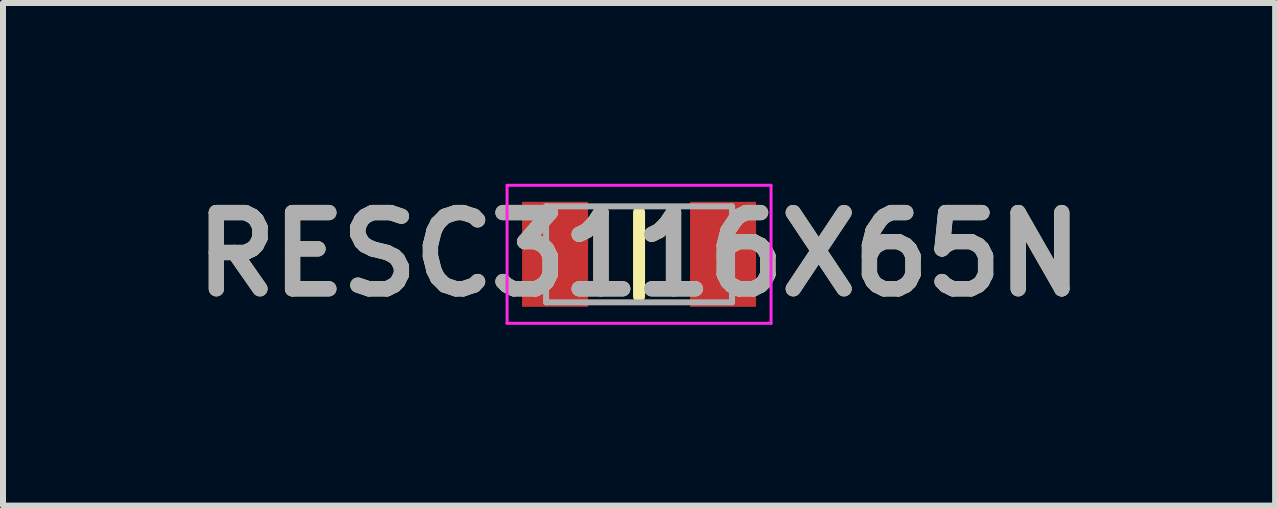
<source format=kicad_pcb>
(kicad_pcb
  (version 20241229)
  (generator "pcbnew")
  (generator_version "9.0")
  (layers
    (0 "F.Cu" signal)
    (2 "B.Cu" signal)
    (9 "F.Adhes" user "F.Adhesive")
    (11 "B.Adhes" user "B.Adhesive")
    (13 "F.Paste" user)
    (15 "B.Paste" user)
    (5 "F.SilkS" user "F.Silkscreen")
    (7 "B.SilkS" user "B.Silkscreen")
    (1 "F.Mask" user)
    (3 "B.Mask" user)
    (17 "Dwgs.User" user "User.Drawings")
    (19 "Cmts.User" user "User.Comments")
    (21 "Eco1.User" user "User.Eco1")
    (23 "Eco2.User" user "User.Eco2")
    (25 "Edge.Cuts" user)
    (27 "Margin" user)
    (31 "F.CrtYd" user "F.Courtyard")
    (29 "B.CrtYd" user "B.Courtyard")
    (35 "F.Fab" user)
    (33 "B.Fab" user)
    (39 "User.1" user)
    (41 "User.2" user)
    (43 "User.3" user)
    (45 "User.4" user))
  (footprint "RESC3116X65N"
    (layer "F.Cu")
    (at 7.602 1.189)
    (property "Reference" "RESC3116X65N" (at 0 0 0) (layer "F.SilkS") (effects (font (size 1.27 1.27) (thickness 0.254))))
    (attr smd)
    (fp_line (start 0 -0.7) (end 0 0.7) (stroke (width 0.2) (type solid)) (layer "F.SilkS"))
    (fp_line (start -2.2 -1.15) (end 2.2 -1.15) (stroke (width 0.05) (type solid)) (layer "F.CrtYd"))
    (fp_line (start -2.2 1.15) (end -2.2 -1.15) (stroke (width 0.05) (type solid)) (layer "F.CrtYd"))
    (fp_line (start 2.2 -1.15) (end 2.2 1.15) (stroke (width 0.05) (type solid)) (layer "F.CrtYd"))
    (fp_line (start 2.2 1.15) (end -2.2 1.15) (stroke (width 0.05) (type solid)) (layer "F.CrtYd"))
    (fp_line (start -1.55 -0.8) (end 1.55 -0.8) (stroke (width 0.1) (type solid)) (layer "F.Fab"))
    (fp_line (start -1.55 0.8) (end -1.55 -0.8) (stroke (width 0.1) (type solid)) (layer "F.Fab"))
    (fp_line (start 1.55 -0.8) (end 1.55 0.8) (stroke (width 0.1) (type solid)) (layer "F.Fab"))
    (fp_line (start 1.55 0.8) (end -1.55 0.8) (stroke (width 0.1) (type solid)) (layer "F.Fab"))
    (fp_text user "${REFERENCE}" (at 0 0 0) (layer "F.Fab") (effects (font (size 1.27 1.27) (thickness 0.254))))
    (pad "1" smd rect (at -1.4 0) (size 1.1 1.75) (layers "F.Cu" "F.Mask" "F.Paste"))
    (pad "2" smd rect (at 1.4 0) (size 1.1 1.75) (layers "F.Cu" "F.Mask" "F.Paste")))
  (gr_rect
    (start -3 -3)
    (end 18.204 5.377)
    (stroke (width 0.1) (type default))
    (fill no)
    (layer "Edge.Cuts")))
</source>
